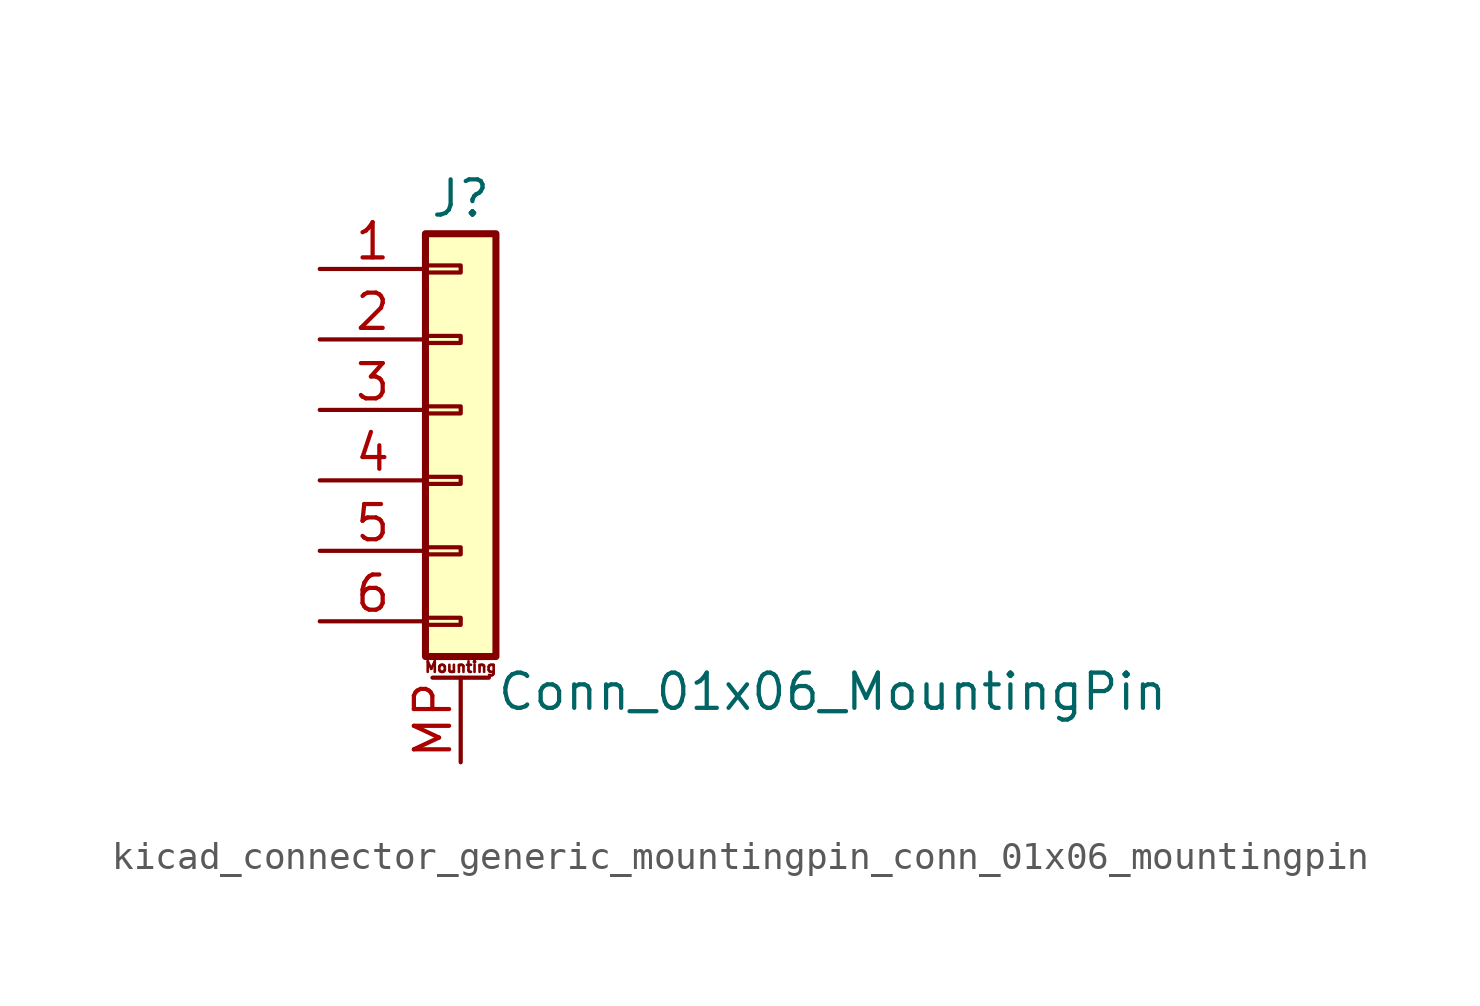
<source format=kicad_sym>
(kicad_symbol_lib
  (version 20220914)
  (generator kicad_symbol_editor)
  (symbol "kicad_connector_generic_mountingpin_conn_01x06_mountingpin"
    (pin_names
      (offset 1.016) hide)
    (property "Reference" "J"
      (at 0 7.62 0)
      (effects (font (size 1.27 1.27))))
    (property "Value" "Conn_01x06_MountingPin"
      (at 1.27 -10.16 0)
      (effects (font (size 1.27 1.27)) (justify left)))
    (symbol "kicad_connector_generic_mountingpin_conn_01x06_mountingpin_1_1"
      (rectangle (start -1.27 -7.493) (end 0 -7.747) (stroke (width 0.152) (type default)) (fill (type none)))
      (rectangle (start -1.27 -4.953) (end 0 -5.207) (stroke (width 0.152) (type default)) (fill (type none)))
      (rectangle (start -1.27 -2.413) (end 0 -2.667) (stroke (width 0.152) (type default)) (fill (type none)))
      (rectangle (start -1.27 0.127) (end 0 -0.127) (stroke (width 0.152) (type default)) (fill (type none)))
      (rectangle (start -1.27 2.667) (end 0 2.413) (stroke (width 0.152) (type default)) (fill (type none)))
      (rectangle (start -1.27 5.207) (end 0 4.953) (stroke (width 0.152) (type default)) (fill (type none)))
      (rectangle (start -1.27 6.35) (end 1.27 -8.89) (stroke (width 0.254) (type default)) (fill (type background)))
      (polyline (pts (xy -1.016 -9.652) (xy 1.016 -9.652)) (stroke (width 0.152) (type default)) (fill (type none)))
      (text "Mounting" (at 0 -9.271 0) (effects (font (size 0.381 0.381))))
      (pin passive line (at -5.08 5.08 0) (length 3.81) (name "Pin_1" (effects (font (size 1.27 1.27)))) (number "1" (effects (font (size 1.27 1.27)))))
      (pin passive line (at -5.08 2.54 0) (length 3.81) (name "Pin_2" (effects (font (size 1.27 1.27)))) (number "2" (effects (font (size 1.27 1.27)))))
      (pin passive line (at -5.08 0 0) (length 3.81) (name "Pin_3" (effects (font (size 1.27 1.27)))) (number "3" (effects (font (size 1.27 1.27)))))
      (pin passive line (at -5.08 -2.54 0) (length 3.81) (name "Pin_4" (effects (font (size 1.27 1.27)))) (number "4" (effects (font (size 1.27 1.27)))))
      (pin passive line (at -5.08 -5.08 0) (length 3.81) (name "Pin_5" (effects (font (size 1.27 1.27)))) (number "5" (effects (font (size 1.27 1.27)))))
      (pin passive line (at -5.08 -7.62 0) (length 3.81) (name "Pin_6" (effects (font (size 1.27 1.27)))) (number "6" (effects (font (size 1.27 1.27)))))
      (pin passive line (at 0 -12.7 90) (length 3.048) (name "MountPin" (effects (font (size 1.27 1.27)))) (number "MP" (effects (font (size 1.27 1.27))))))))
</source>
